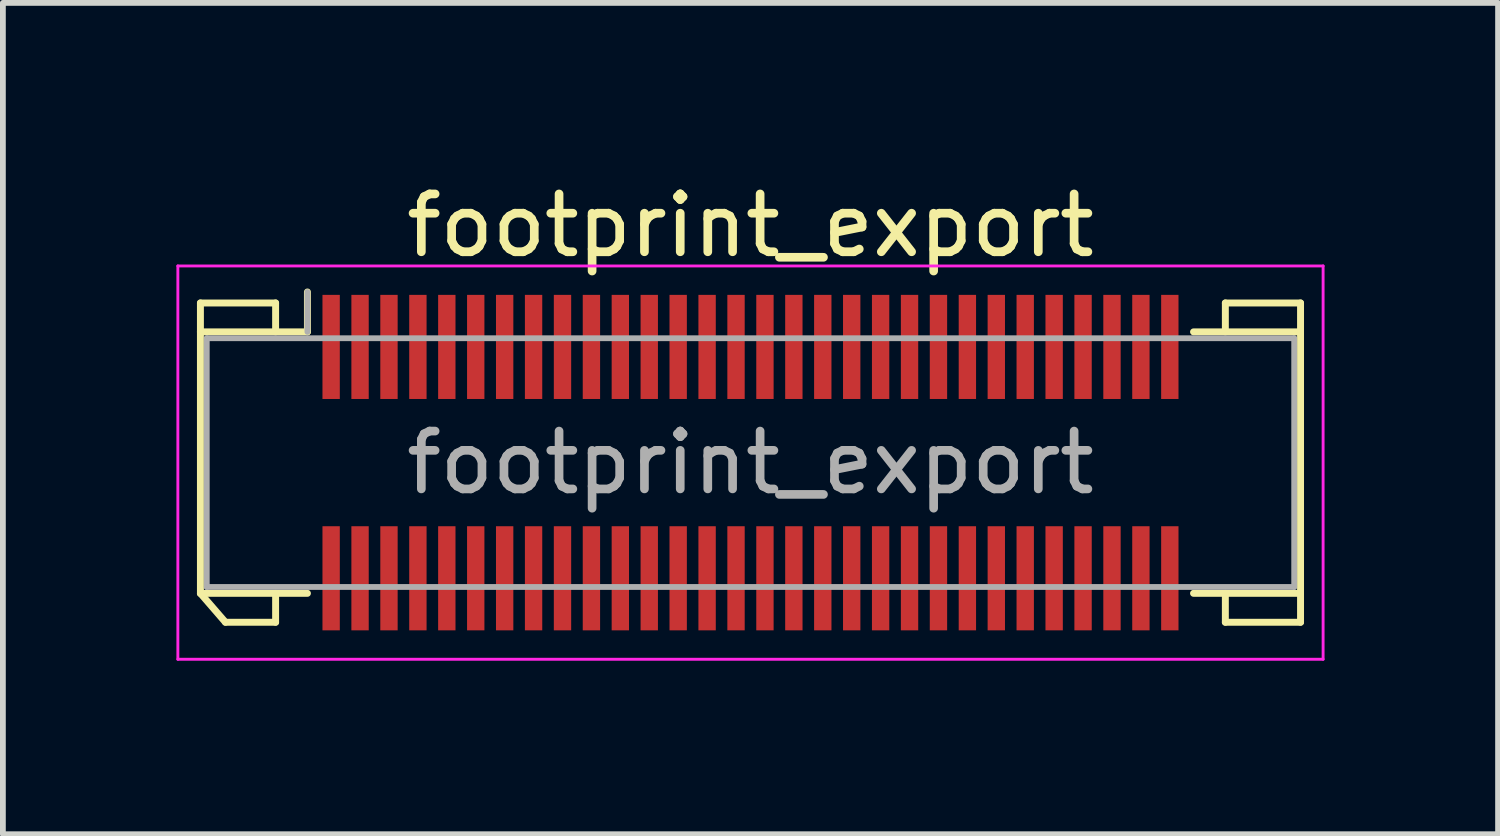
<source format=kicad_pcb>
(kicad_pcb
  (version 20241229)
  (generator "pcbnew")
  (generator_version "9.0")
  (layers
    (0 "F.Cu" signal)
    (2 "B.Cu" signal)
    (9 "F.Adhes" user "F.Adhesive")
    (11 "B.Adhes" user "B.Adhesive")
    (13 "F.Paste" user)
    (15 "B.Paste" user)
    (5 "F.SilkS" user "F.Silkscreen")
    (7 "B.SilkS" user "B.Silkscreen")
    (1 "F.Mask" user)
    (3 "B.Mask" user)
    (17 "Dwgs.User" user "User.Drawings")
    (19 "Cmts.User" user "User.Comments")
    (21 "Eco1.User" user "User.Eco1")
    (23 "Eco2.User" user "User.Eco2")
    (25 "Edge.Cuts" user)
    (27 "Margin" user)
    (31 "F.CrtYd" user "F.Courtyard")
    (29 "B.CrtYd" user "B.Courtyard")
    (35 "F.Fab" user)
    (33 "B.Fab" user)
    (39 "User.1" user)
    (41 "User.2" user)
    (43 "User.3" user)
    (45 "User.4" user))
  (footprint "footprint_export"
    (layer "F.Cu")
    (at 9.925 4.948)
    (property "Reference" "footprint_export" (at 0 -4.1 0) (layer "F.SilkS") (effects (font (size 1 1) (thickness 0.15))))
    (attr smd)
    (fp_line (start -9.51 -2.76) (end -8.21 -2.76) (stroke (width 0.12) (type solid)) (layer "F.SilkS"))
    (fp_line (start -9.51 -2.26) (end -9.51 -2.76) (stroke (width 0.12) (type solid)) (layer "F.SilkS"))
    (fp_line (start -9.51 -2.26) (end -7.66 -2.26) (stroke (width 0.12) (type solid)) (layer "F.SilkS"))
    (fp_line (start -9.51 2.26) (end -9.51 -2.26) (stroke (width 0.12) (type solid)) (layer "F.SilkS"))
    (fp_line (start -9.51 2.26) (end -9.077 2.76) (stroke (width 0.12) (type solid)) (layer "F.SilkS"))
    (fp_line (start -9.077 2.76) (end -8.21 2.76) (stroke (width 0.12) (type solid)) (layer "F.SilkS"))
    (fp_line (start -8.21 -2.76) (end -8.21 -2.26) (stroke (width 0.12) (type solid)) (layer "F.SilkS"))
    (fp_line (start -8.21 2.76) (end -8.21 2.26) (stroke (width 0.12) (type solid)) (layer "F.SilkS"))
    (fp_line (start -7.66 -2.26) (end -7.66 -2.95) (stroke (width 0.12) (type solid)) (layer "F.SilkS"))
    (fp_line (start -7.66 2.26) (end -9.51 2.26) (stroke (width 0.12) (type solid)) (layer "F.SilkS"))
    (fp_line (start 7.66 2.26) (end 9.51 2.26) (stroke (width 0.12) (type solid)) (layer "F.SilkS"))
    (fp_line (start 8.21 -2.76) (end 8.21 -2.26) (stroke (width 0.12) (type solid)) (layer "F.SilkS"))
    (fp_line (start 8.21 2.76) (end 8.21 2.26) (stroke (width 0.12) (type solid)) (layer "F.SilkS"))
    (fp_line (start 9.51 -2.76) (end 8.21 -2.76) (stroke (width 0.12) (type solid)) (layer "F.SilkS"))
    (fp_line (start 9.51 -2.26) (end 7.66 -2.26) (stroke (width 0.12) (type solid)) (layer "F.SilkS"))
    (fp_line (start 9.51 -2.26) (end 9.51 -2.76) (stroke (width 0.12) (type solid)) (layer "F.SilkS"))
    (fp_line (start 9.51 2.26) (end 9.51 -2.26) (stroke (width 0.12) (type solid)) (layer "F.SilkS"))
    (fp_line (start 9.51 2.26) (end 9.51 2.76) (stroke (width 0.12) (type solid)) (layer "F.SilkS"))
    (fp_line (start 9.51 2.76) (end 8.21 2.76) (stroke (width 0.12) (type solid)) (layer "F.SilkS"))
    (fp_line (start -9.9 -3.4) (end -9.9 3.4) (stroke (width 0.05) (type solid)) (layer "F.CrtYd"))
    (fp_line (start -9.9 3.4) (end 9.9 3.4) (stroke (width 0.05) (type solid)) (layer "F.CrtYd"))
    (fp_line (start 9.9 -3.4) (end -9.9 -3.4) (stroke (width 0.05) (type solid)) (layer "F.CrtYd"))
    (fp_line (start 9.9 3.4) (end 9.9 -3.4) (stroke (width 0.05) (type solid)) (layer "F.CrtYd"))
    (fp_line (start -9.4 -2.15) (end -9.4 2.15) (stroke (width 0.1) (type solid)) (layer "F.Fab"))
    (fp_line (start -9.4 2.15) (end 9.4 2.15) (stroke (width 0.1) (type solid)) (layer "F.Fab"))
    (fp_line (start -7.66 -2.26) (end -7.66 -2.95) (stroke (width 0.1) (type solid)) (layer "F.Fab"))
    (fp_line (start 9.4 -2.15) (end -9.4 -2.15) (stroke (width 0.1) (type solid)) (layer "F.Fab"))
    (fp_line (start 9.4 2.15) (end 9.4 -2.15) (stroke (width 0.1) (type solid)) (layer "F.Fab"))
    (fp_text user "${REFERENCE}" (at 0 0 0) (layer "F.Fab") (effects (font (size 1 1) (thickness 0.15))))
    (pad "1" smd rect (at -7.25 -2) (size 0.3 1.8) (layers "F.Cu" "F.Mask" "F.Paste"))
    (pad "2" smd rect (at -7.25 2) (size 0.3 1.8) (layers "F.Cu" "F.Mask" "F.Paste"))
    (pad "3" smd rect (at -6.75 -2) (size 0.3 1.8) (layers "F.Cu" "F.Mask" "F.Paste"))
    (pad "4" smd rect (at -6.75 2) (size 0.3 1.8) (layers "F.Cu" "F.Mask" "F.Paste"))
    (pad "5" smd rect (at -6.25 -2) (size 0.3 1.8) (layers "F.Cu" "F.Mask" "F.Paste"))
    (pad "6" smd rect (at -6.25 2) (size 0.3 1.8) (layers "F.Cu" "F.Mask" "F.Paste"))
    (pad "7" smd rect (at -5.75 -2) (size 0.3 1.8) (layers "F.Cu" "F.Mask" "F.Paste"))
    (pad "8" smd rect (at -5.75 2) (size 0.3 1.8) (layers "F.Cu" "F.Mask" "F.Paste"))
    (pad "9" smd rect (at -5.25 -2) (size 0.3 1.8) (layers "F.Cu" "F.Mask" "F.Paste"))
    (pad "10" smd rect (at -5.25 2) (size 0.3 1.8) (layers "F.Cu" "F.Mask" "F.Paste"))
    (pad "11" smd rect (at -4.75 -2) (size 0.3 1.8) (layers "F.Cu" "F.Mask" "F.Paste"))
    (pad "12" smd rect (at -4.75 2) (size 0.3 1.8) (layers "F.Cu" "F.Mask" "F.Paste"))
    (pad "13" smd rect (at -4.25 -2) (size 0.3 1.8) (layers "F.Cu" "F.Mask" "F.Paste"))
    (pad "14" smd rect (at -4.25 2) (size 0.3 1.8) (layers "F.Cu" "F.Mask" "F.Paste"))
    (pad "15" smd rect (at -3.75 -2) (size 0.3 1.8) (layers "F.Cu" "F.Mask" "F.Paste"))
    (pad "16" smd rect (at -3.75 2) (size 0.3 1.8) (layers "F.Cu" "F.Mask" "F.Paste"))
    (pad "17" smd rect (at -3.25 -2) (size 0.3 1.8) (layers "F.Cu" "F.Mask" "F.Paste"))
    (pad "18" smd rect (at -3.25 2) (size 0.3 1.8) (layers "F.Cu" "F.Mask" "F.Paste"))
    (pad "19" smd rect (at -2.75 -2) (size 0.3 1.8) (layers "F.Cu" "F.Mask" "F.Paste"))
    (pad "20" smd rect (at -2.75 2) (size 0.3 1.8) (layers "F.Cu" "F.Mask" "F.Paste"))
    (pad "21" smd rect (at -2.25 -2) (size 0.3 1.8) (layers "F.Cu" "F.Mask" "F.Paste"))
    (pad "22" smd rect (at -2.25 2) (size 0.3 1.8) (layers "F.Cu" "F.Mask" "F.Paste"))
    (pad "23" smd rect (at -1.75 -2) (size 0.3 1.8) (layers "F.Cu" "F.Mask" "F.Paste"))
    (pad "24" smd rect (at -1.75 2) (size 0.3 1.8) (layers "F.Cu" "F.Mask" "F.Paste"))
    (pad "25" smd rect (at -1.25 -2) (size 0.3 1.8) (layers "F.Cu" "F.Mask" "F.Paste"))
    (pad "26" smd rect (at -1.25 2) (size 0.3 1.8) (layers "F.Cu" "F.Mask" "F.Paste"))
    (pad "27" smd rect (at -0.75 -2) (size 0.3 1.8) (layers "F.Cu" "F.Mask" "F.Paste"))
    (pad "28" smd rect (at -0.75 2) (size 0.3 1.8) (layers "F.Cu" "F.Mask" "F.Paste"))
    (pad "29" smd rect (at -0.25 -2) (size 0.3 1.8) (layers "F.Cu" "F.Mask" "F.Paste"))
    (pad "30" smd rect (at -0.25 2) (size 0.3 1.8) (layers "F.Cu" "F.Mask" "F.Paste"))
    (pad "31" smd rect (at 0.25 -2) (size 0.3 1.8) (layers "F.Cu" "F.Mask" "F.Paste"))
    (pad "32" smd rect (at 0.25 2) (size 0.3 1.8) (layers "F.Cu" "F.Mask" "F.Paste"))
    (pad "33" smd rect (at 0.75 -2) (size 0.3 1.8) (layers "F.Cu" "F.Mask" "F.Paste"))
    (pad "34" smd rect (at 0.75 2) (size 0.3 1.8) (layers "F.Cu" "F.Mask" "F.Paste"))
    (pad "35" smd rect (at 1.25 -2) (size 0.3 1.8) (layers "F.Cu" "F.Mask" "F.Paste"))
    (pad "36" smd rect (at 1.25 2) (size 0.3 1.8) (layers "F.Cu" "F.Mask" "F.Paste"))
    (pad "37" smd rect (at 1.75 -2) (size 0.3 1.8) (layers "F.Cu" "F.Mask" "F.Paste"))
    (pad "38" smd rect (at 1.75 2) (size 0.3 1.8) (layers "F.Cu" "F.Mask" "F.Paste"))
    (pad "39" smd rect (at 2.25 -2) (size 0.3 1.8) (layers "F.Cu" "F.Mask" "F.Paste"))
    (pad "40" smd rect (at 2.25 2) (size 0.3 1.8) (layers "F.Cu" "F.Mask" "F.Paste"))
    (pad "41" smd rect (at 2.75 -2) (size 0.3 1.8) (layers "F.Cu" "F.Mask" "F.Paste"))
    (pad "42" smd rect (at 2.75 2) (size 0.3 1.8) (layers "F.Cu" "F.Mask" "F.Paste"))
    (pad "43" smd rect (at 3.25 -2) (size 0.3 1.8) (layers "F.Cu" "F.Mask" "F.Paste"))
    (pad "44" smd rect (at 3.25 2) (size 0.3 1.8) (layers "F.Cu" "F.Mask" "F.Paste"))
    (pad "45" smd rect (at 3.75 -2) (size 0.3 1.8) (layers "F.Cu" "F.Mask" "F.Paste"))
    (pad "46" smd rect (at 3.75 2) (size 0.3 1.8) (layers "F.Cu" "F.Mask" "F.Paste"))
    (pad "47" smd rect (at 4.25 -2) (size 0.3 1.8) (layers "F.Cu" "F.Mask" "F.Paste"))
    (pad "48" smd rect (at 4.25 2) (size 0.3 1.8) (layers "F.Cu" "F.Mask" "F.Paste"))
    (pad "49" smd rect (at 4.75 -2) (size 0.3 1.8) (layers "F.Cu" "F.Mask" "F.Paste"))
    (pad "50" smd rect (at 4.75 2) (size 0.3 1.8) (layers "F.Cu" "F.Mask" "F.Paste"))
    (pad "51" smd rect (at 5.25 -2) (size 0.3 1.8) (layers "F.Cu" "F.Mask" "F.Paste"))
    (pad "52" smd rect (at 5.25 2) (size 0.3 1.8) (layers "F.Cu" "F.Mask" "F.Paste"))
    (pad "53" smd rect (at 5.75 -2) (size 0.3 1.8) (layers "F.Cu" "F.Mask" "F.Paste"))
    (pad "54" smd rect (at 5.75 2) (size 0.3 1.8) (layers "F.Cu" "F.Mask" "F.Paste"))
    (pad "55" smd rect (at 6.25 -2) (size 0.3 1.8) (layers "F.Cu" "F.Mask" "F.Paste"))
    (pad "56" smd rect (at 6.25 2) (size 0.3 1.8) (layers "F.Cu" "F.Mask" "F.Paste"))
    (pad "57" smd rect (at 6.75 -2) (size 0.3 1.8) (layers "F.Cu" "F.Mask" "F.Paste"))
    (pad "58" smd rect (at 6.75 2) (size 0.3 1.8) (layers "F.Cu" "F.Mask" "F.Paste"))
    (pad "59" smd rect (at 7.25 -2) (size 0.3 1.8) (layers "F.Cu" "F.Mask" "F.Paste"))
    (pad "60" smd rect (at 7.25 2) (size 0.3 1.8) (layers "F.Cu" "F.Mask" "F.Paste")))
  (gr_rect
    (start -3 -3)
    (end 22.85 11.373)
    (stroke (width 0.1) (type default))
    (fill no)
    (layer "Edge.Cuts")))
</source>
